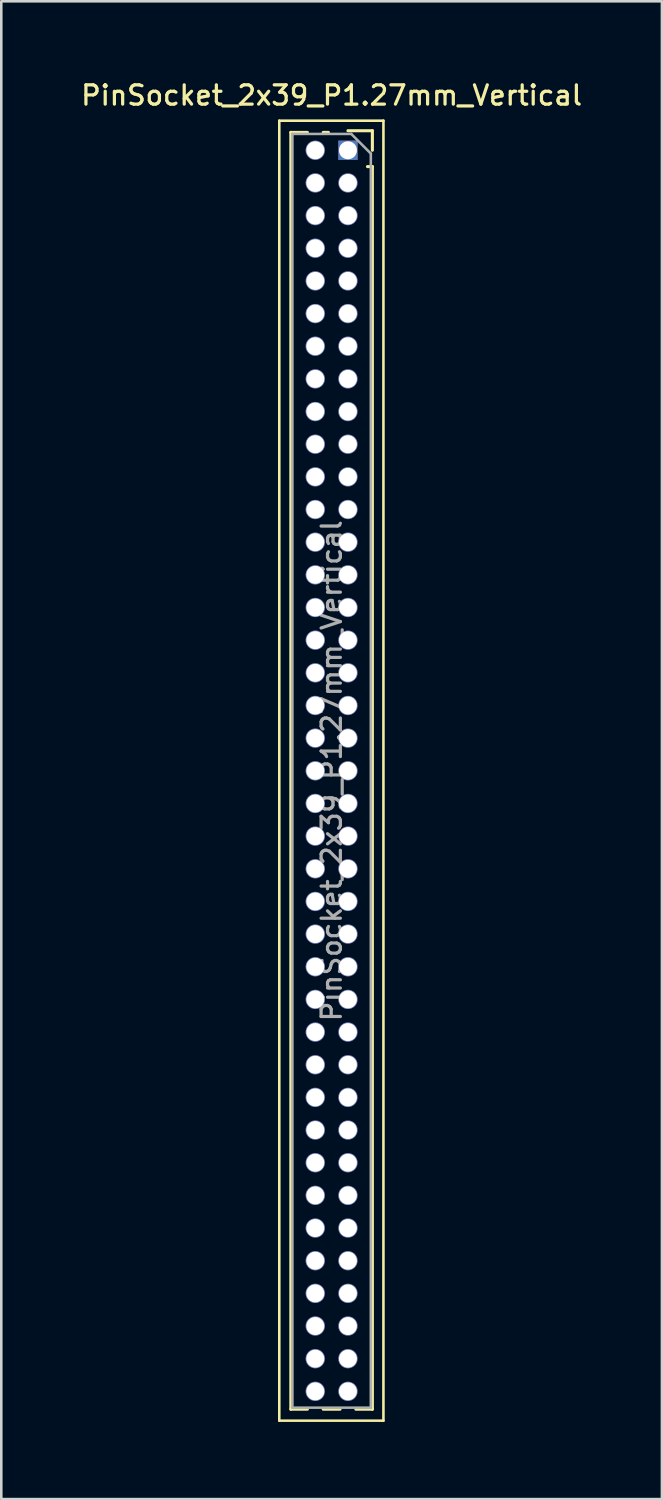
<source format=kicad_pcb>
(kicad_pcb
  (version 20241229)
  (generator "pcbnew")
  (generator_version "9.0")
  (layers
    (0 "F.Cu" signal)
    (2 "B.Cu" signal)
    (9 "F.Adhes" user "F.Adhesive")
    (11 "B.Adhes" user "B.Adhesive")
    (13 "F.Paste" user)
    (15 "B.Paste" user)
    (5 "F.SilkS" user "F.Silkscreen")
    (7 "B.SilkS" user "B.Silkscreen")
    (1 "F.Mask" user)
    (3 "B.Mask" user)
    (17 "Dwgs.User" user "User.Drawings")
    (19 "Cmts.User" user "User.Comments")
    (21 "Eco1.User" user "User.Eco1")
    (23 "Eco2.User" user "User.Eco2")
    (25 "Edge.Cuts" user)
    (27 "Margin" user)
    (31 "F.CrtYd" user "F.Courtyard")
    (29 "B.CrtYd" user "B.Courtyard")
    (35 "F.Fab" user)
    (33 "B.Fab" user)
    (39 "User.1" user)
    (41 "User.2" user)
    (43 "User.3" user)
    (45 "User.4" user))
  (footprint "PinSocket_2x39_P1.27mm_Vertical"
    (layer "F.Cu")
    (at 10.48 2.793)
    (property "Reference" "PinSocket_2x39_P1.27mm_Vertical" (at -0.635 -2.135 0) (layer "F.SilkS") (effects (font (size 0.75 0.75) (thickness 0.125))))
    (attr through_hole)
    (fp_line (start -2.67 -1.15) (end 1.38 -1.15) (stroke (width 0.1) (type solid)) (layer "F.SilkS"))
    (fp_line (start -2.67 49.4) (end -2.67 -1.15) (stroke (width 0.1) (type solid)) (layer "F.SilkS"))
    (fp_line (start -2.22 -0.695) (end -2.22 48.955) (stroke (width 0.12) (type solid)) (layer "F.SilkS"))
    (fp_line (start -2.22 -0.695) (end -1.578 -0.695) (stroke (width 0.12) (type solid)) (layer "F.SilkS"))
    (fp_line (start -2.22 48.955) (end -1.578 48.955) (stroke (width 0.12) (type solid)) (layer "F.SilkS"))
    (fp_line (start -0.962 -0.695) (end -0.76 -0.695) (stroke (width 0.12) (type solid)) (layer "F.SilkS"))
    (fp_line (start -0.962 48.955) (end -0.308 48.955) (stroke (width 0.12) (type solid)) (layer "F.SilkS"))
    (fp_line (start 0 -0.76) (end 0.95 -0.76) (stroke (width 0.12) (type solid)) (layer "F.SilkS"))
    (fp_line (start 0.308 48.955) (end 0.95 48.955) (stroke (width 0.12) (type solid)) (layer "F.SilkS"))
    (fp_line (start 0.76 0.635) (end 0.95 0.635) (stroke (width 0.12) (type solid)) (layer "F.SilkS"))
    (fp_line (start 0.95 -0.76) (end 0.95 0) (stroke (width 0.12) (type solid)) (layer "F.SilkS"))
    (fp_line (start 0.95 0.635) (end 0.95 48.955) (stroke (width 0.12) (type solid)) (layer "F.SilkS"))
    (fp_line (start 1.38 -1.15) (end 1.38 49.4) (stroke (width 0.1) (type solid)) (layer "F.SilkS"))
    (fp_line (start 1.38 49.4) (end -2.67 49.4) (stroke (width 0.1) (type solid)) (layer "F.SilkS"))
    (fp_line (start -2.16 -0.635) (end 0.128 -0.635) (stroke (width 0.1) (type solid)) (layer "F.Fab"))
    (fp_line (start -2.16 48.895) (end -2.16 -0.635) (stroke (width 0.1) (type solid)) (layer "F.Fab"))
    (fp_line (start 0.128 -0.635) (end 0.89 0.128) (stroke (width 0.1) (type solid)) (layer "F.Fab"))
    (fp_line (start 0.89 0.128) (end 0.89 48.895) (stroke (width 0.1) (type solid)) (layer "F.Fab"))
    (fp_line (start 0.89 48.895) (end -2.16 48.895) (stroke (width 0.1) (type solid)) (layer "F.Fab"))
    (fp_text user "${REFERENCE}" (at -0.635 24.13 90) (layer "F.Fab") (effects (font (size 0.75 0.75) (thickness 0.125))))
    (pad "1" thru_hole rect (at 0 0) (size 0.75 0.75) (drill 0.7) (layers "*.Cu" "*.Mask"))
    (pad "2" thru_hole oval (at -1.27 0) (size 0.75 0.75) (drill 0.7) (layers "*.Cu" "*.Mask"))
    (pad "3" thru_hole oval (at 0 1.27) (size 0.75 0.75) (drill 0.7) (layers "*.Cu" "*.Mask"))
    (pad "4" thru_hole oval (at -1.27 1.27) (size 0.75 0.75) (drill 0.7) (layers "*.Cu" "*.Mask"))
    (pad "5" thru_hole oval (at 0 2.54) (size 0.75 0.75) (drill 0.7) (layers "*.Cu" "*.Mask"))
    (pad "6" thru_hole oval (at -1.27 2.54) (size 0.75 0.75) (drill 0.7) (layers "*.Cu" "*.Mask"))
    (pad "7" thru_hole oval (at 0 3.81) (size 0.75 0.75) (drill 0.7) (layers "*.Cu" "*.Mask"))
    (pad "8" thru_hole oval (at -1.27 3.81) (size 0.75 0.75) (drill 0.7) (layers "*.Cu" "*.Mask"))
    (pad "9" thru_hole oval (at 0 5.08) (size 0.75 0.75) (drill 0.7) (layers "*.Cu" "*.Mask"))
    (pad "10" thru_hole oval (at -1.27 5.08) (size 0.75 0.75) (drill 0.7) (layers "*.Cu" "*.Mask"))
    (pad "11" thru_hole oval (at 0 6.35) (size 0.75 0.75) (drill 0.7) (layers "*.Cu" "*.Mask"))
    (pad "12" thru_hole oval (at -1.27 6.35) (size 0.75 0.75) (drill 0.7) (layers "*.Cu" "*.Mask"))
    (pad "13" thru_hole oval (at 0 7.62) (size 0.75 0.75) (drill 0.7) (layers "*.Cu" "*.Mask"))
    (pad "14" thru_hole oval (at -1.27 7.62) (size 0.75 0.75) (drill 0.7) (layers "*.Cu" "*.Mask"))
    (pad "15" thru_hole oval (at 0 8.89) (size 0.75 0.75) (drill 0.7) (layers "*.Cu" "*.Mask"))
    (pad "16" thru_hole oval (at -1.27 8.89) (size 0.75 0.75) (drill 0.7) (layers "*.Cu" "*.Mask"))
    (pad "17" thru_hole oval (at 0 10.16) (size 0.75 0.75) (drill 0.7) (layers "*.Cu" "*.Mask"))
    (pad "18" thru_hole oval (at -1.27 10.16) (size 0.75 0.75) (drill 0.7) (layers "*.Cu" "*.Mask"))
    (pad "19" thru_hole oval (at 0 11.43) (size 0.75 0.75) (drill 0.7) (layers "*.Cu" "*.Mask"))
    (pad "20" thru_hole oval (at -1.27 11.43) (size 0.75 0.75) (drill 0.7) (layers "*.Cu" "*.Mask"))
    (pad "21" thru_hole oval (at 0 12.7) (size 0.75 0.75) (drill 0.7) (layers "*.Cu" "*.Mask"))
    (pad "22" thru_hole oval (at -1.27 12.7) (size 0.75 0.75) (drill 0.7) (layers "*.Cu" "*.Mask"))
    (pad "23" thru_hole oval (at 0 13.97) (size 0.75 0.75) (drill 0.7) (layers "*.Cu" "*.Mask"))
    (pad "24" thru_hole oval (at -1.27 13.97) (size 0.75 0.75) (drill 0.7) (layers "*.Cu" "*.Mask"))
    (pad "25" thru_hole oval (at 0 15.24) (size 0.75 0.75) (drill 0.7) (layers "*.Cu" "*.Mask"))
    (pad "26" thru_hole oval (at -1.27 15.24) (size 0.75 0.75) (drill 0.7) (layers "*.Cu" "*.Mask"))
    (pad "27" thru_hole oval (at 0 16.51) (size 0.75 0.75) (drill 0.7) (layers "*.Cu" "*.Mask"))
    (pad "28" thru_hole oval (at -1.27 16.51) (size 0.75 0.75) (drill 0.7) (layers "*.Cu" "*.Mask"))
    (pad "29" thru_hole oval (at 0 17.78) (size 0.75 0.75) (drill 0.7) (layers "*.Cu" "*.Mask"))
    (pad "30" thru_hole oval (at -1.27 17.78) (size 0.75 0.75) (drill 0.7) (layers "*.Cu" "*.Mask"))
    (pad "31" thru_hole oval (at 0 19.05) (size 0.75 0.75) (drill 0.7) (layers "*.Cu" "*.Mask"))
    (pad "32" thru_hole oval (at -1.27 19.05) (size 0.75 0.75) (drill 0.7) (layers "*.Cu" "*.Mask"))
    (pad "33" thru_hole oval (at 0 20.32) (size 0.75 0.75) (drill 0.7) (layers "*.Cu" "*.Mask"))
    (pad "34" thru_hole oval (at -1.27 20.32) (size 0.75 0.75) (drill 0.7) (layers "*.Cu" "*.Mask"))
    (pad "35" thru_hole oval (at 0 21.59) (size 0.75 0.75) (drill 0.7) (layers "*.Cu" "*.Mask"))
    (pad "36" thru_hole oval (at -1.27 21.59) (size 0.75 0.75) (drill 0.7) (layers "*.Cu" "*.Mask"))
    (pad "37" thru_hole oval (at 0 22.86) (size 0.75 0.75) (drill 0.7) (layers "*.Cu" "*.Mask"))
    (pad "38" thru_hole oval (at -1.27 22.86) (size 0.75 0.75) (drill 0.7) (layers "*.Cu" "*.Mask"))
    (pad "39" thru_hole oval (at 0 24.13) (size 0.75 0.75) (drill 0.7) (layers "*.Cu" "*.Mask"))
    (pad "40" thru_hole oval (at -1.27 24.13) (size 0.75 0.75) (drill 0.7) (layers "*.Cu" "*.Mask"))
    (pad "41" thru_hole oval (at 0 25.4) (size 0.75 0.75) (drill 0.7) (layers "*.Cu" "*.Mask"))
    (pad "42" thru_hole oval (at -1.27 25.4) (size 0.75 0.75) (drill 0.7) (layers "*.Cu" "*.Mask"))
    (pad "43" thru_hole oval (at 0 26.67) (size 0.75 0.75) (drill 0.7) (layers "*.Cu" "*.Mask"))
    (pad "44" thru_hole oval (at -1.27 26.67) (size 0.75 0.75) (drill 0.7) (layers "*.Cu" "*.Mask"))
    (pad "45" thru_hole oval (at 0 27.94) (size 0.75 0.75) (drill 0.7) (layers "*.Cu" "*.Mask"))
    (pad "46" thru_hole oval (at -1.27 27.94) (size 0.75 0.75) (drill 0.7) (layers "*.Cu" "*.Mask"))
    (pad "47" thru_hole oval (at 0 29.21) (size 0.75 0.75) (drill 0.7) (layers "*.Cu" "*.Mask"))
    (pad "48" thru_hole oval (at -1.27 29.21) (size 0.75 0.75) (drill 0.7) (layers "*.Cu" "*.Mask"))
    (pad "49" thru_hole oval (at 0 30.48) (size 0.75 0.75) (drill 0.7) (layers "*.Cu" "*.Mask"))
    (pad "50" thru_hole oval (at -1.27 30.48) (size 0.75 0.75) (drill 0.7) (layers "*.Cu" "*.Mask"))
    (pad "51" thru_hole oval (at 0 31.75) (size 0.75 0.75) (drill 0.7) (layers "*.Cu" "*.Mask"))
    (pad "52" thru_hole oval (at -1.27 31.75) (size 0.75 0.75) (drill 0.7) (layers "*.Cu" "*.Mask"))
    (pad "53" thru_hole oval (at 0 33.02) (size 0.75 0.75) (drill 0.7) (layers "*.Cu" "*.Mask"))
    (pad "54" thru_hole oval (at -1.27 33.02) (size 0.75 0.75) (drill 0.7) (layers "*.Cu" "*.Mask"))
    (pad "55" thru_hole oval (at 0 34.29) (size 0.75 0.75) (drill 0.7) (layers "*.Cu" "*.Mask"))
    (pad "56" thru_hole oval (at -1.27 34.29) (size 0.75 0.75) (drill 0.7) (layers "*.Cu" "*.Mask"))
    (pad "57" thru_hole oval (at 0 35.56) (size 0.75 0.75) (drill 0.7) (layers "*.Cu" "*.Mask"))
    (pad "58" thru_hole oval (at -1.27 35.56) (size 0.75 0.75) (drill 0.7) (layers "*.Cu" "*.Mask"))
    (pad "59" thru_hole oval (at 0 36.83) (size 0.75 0.75) (drill 0.7) (layers "*.Cu" "*.Mask"))
    (pad "60" thru_hole oval (at -1.27 36.83) (size 0.75 0.75) (drill 0.7) (layers "*.Cu" "*.Mask"))
    (pad "61" thru_hole oval (at 0 38.1) (size 0.75 0.75) (drill 0.7) (layers "*.Cu" "*.Mask"))
    (pad "62" thru_hole oval (at -1.27 38.1) (size 0.75 0.75) (drill 0.7) (layers "*.Cu" "*.Mask"))
    (pad "63" thru_hole oval (at 0 39.37) (size 0.75 0.75) (drill 0.7) (layers "*.Cu" "*.Mask"))
    (pad "64" thru_hole oval (at -1.27 39.37) (size 0.75 0.75) (drill 0.7) (layers "*.Cu" "*.Mask"))
    (pad "65" thru_hole oval (at 0 40.64) (size 0.75 0.75) (drill 0.7) (layers "*.Cu" "*.Mask"))
    (pad "66" thru_hole oval (at -1.27 40.64) (size 0.75 0.75) (drill 0.7) (layers "*.Cu" "*.Mask"))
    (pad "67" thru_hole oval (at 0 41.91) (size 0.75 0.75) (drill 0.7) (layers "*.Cu" "*.Mask"))
    (pad "68" thru_hole oval (at -1.27 41.91) (size 0.75 0.75) (drill 0.7) (layers "*.Cu" "*.Mask"))
    (pad "69" thru_hole oval (at 0 43.18) (size 0.75 0.75) (drill 0.7) (layers "*.Cu" "*.Mask"))
    (pad "70" thru_hole oval (at -1.27 43.18) (size 0.75 0.75) (drill 0.7) (layers "*.Cu" "*.Mask"))
    (pad "71" thru_hole oval (at 0 44.45) (size 0.75 0.75) (drill 0.7) (layers "*.Cu" "*.Mask"))
    (pad "72" thru_hole oval (at -1.27 44.45) (size 0.75 0.75) (drill 0.7) (layers "*.Cu" "*.Mask"))
    (pad "73" thru_hole oval (at 0 45.72) (size 0.75 0.75) (drill 0.7) (layers "*.Cu" "*.Mask"))
    (pad "74" thru_hole oval (at -1.27 45.72) (size 0.75 0.75) (drill 0.7) (layers "*.Cu" "*.Mask"))
    (pad "75" thru_hole oval (at 0 46.99) (size 0.75 0.75) (drill 0.7) (layers "*.Cu" "*.Mask"))
    (pad "76" thru_hole oval (at -1.27 46.99) (size 0.75 0.75) (drill 0.7) (layers "*.Cu" "*.Mask"))
    (pad "77" thru_hole oval (at 0 48.26) (size 0.75 0.75) (drill 0.7) (layers "*.Cu" "*.Mask"))
    (pad "78" thru_hole oval (at -1.27 48.26) (size 0.75 0.75) (drill 0.7) (layers "*.Cu" "*.Mask")))
  (gr_rect
    (start -3 -3)
    (end 22.689 55.243)
    (stroke (width 0.1) (type default))
    (fill no)
    (layer "Edge.Cuts")))
</source>
